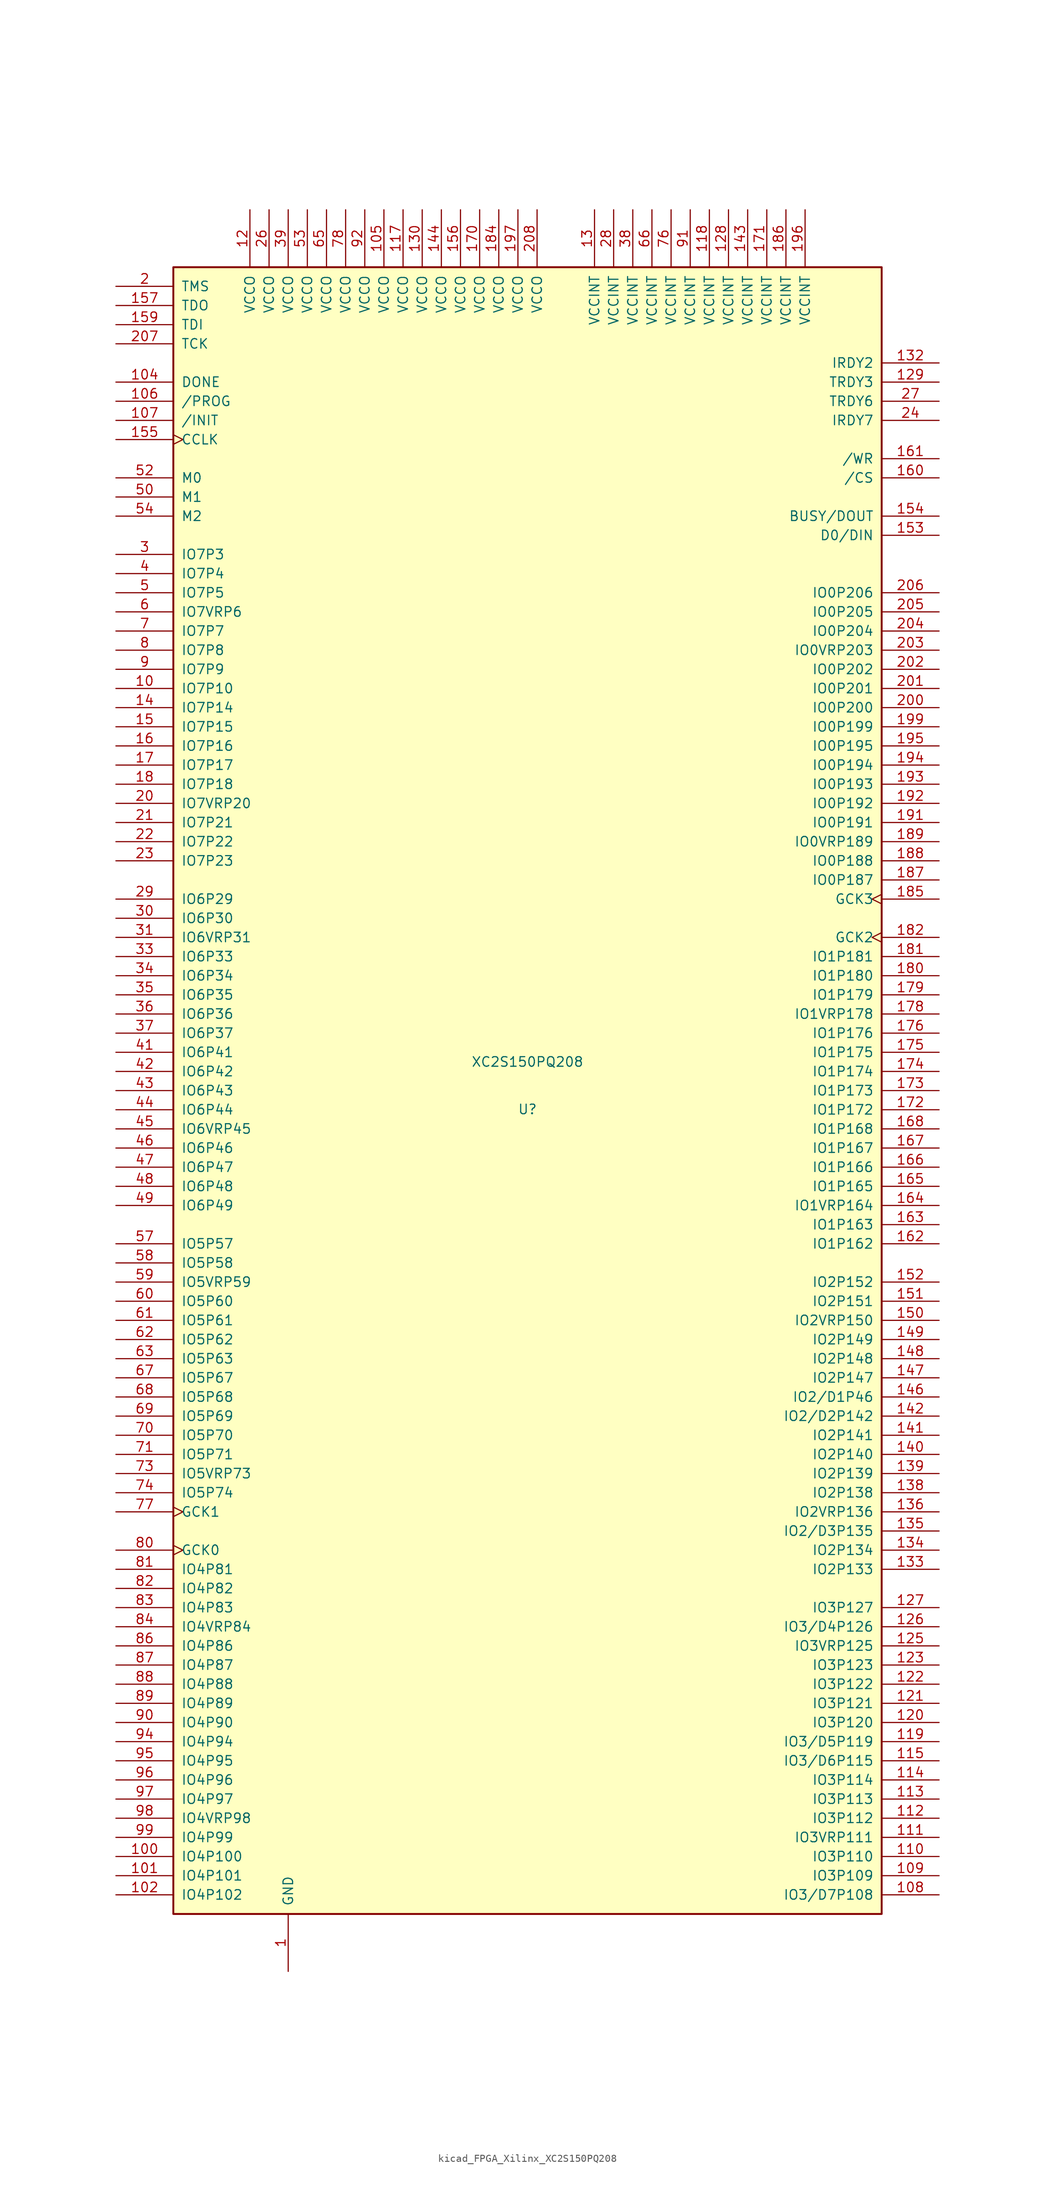
<source format=kicad_sym>
(kicad_symbol_lib
  (version 20220914)
  (generator kicad_symbol_editor)
  (symbol "kicad_FPGA_Xilinx_XC2S150PQ208"
    (pin_names
      (offset 1.016))
    (property "Reference" "U"
      (at 0 -2.489 0)
      (effects (font (size 1.27 1.27))))
    (property "Value" "XC2S150PQ208"
      (at 0 3.81 0)
      (effects (font (size 1.27 1.27))))
    (symbol "kicad_FPGA_Xilinx_XC2S150PQ208_0_1"
      (rectangle (start -46.99 109.22) (end 46.99 -109.22) (stroke (width 0.254) (type default)) (fill (type background))))
    (symbol "kicad_FPGA_Xilinx_XC2S150PQ208_1_1"
      (pin power_in line (at -31.75 -116.84 90) (length 7.62) (name "GND" (effects (font (size 1.27 1.27)))) (number "1" (effects (font (size 1.27 1.27)))))
      (pin bidirectional line (at -54.61 53.34 0) (length 7.62) (name "IO7P10" (effects (font (size 1.27 1.27)))) (number "10" (effects (font (size 1.27 1.27)))))
      (pin bidirectional line (at -54.61 -101.6 0) (length 7.62) (name "IO4P100" (effects (font (size 1.27 1.27)))) (number "100" (effects (font (size 1.27 1.27)))))
      (pin bidirectional line (at -54.61 -104.14 0) (length 7.62) (name "IO4P101" (effects (font (size 1.27 1.27)))) (number "101" (effects (font (size 1.27 1.27)))))
      (pin bidirectional line (at -54.61 -106.68 0) (length 7.62) (name "IO4P102" (effects (font (size 1.27 1.27)))) (number "102" (effects (font (size 1.27 1.27)))))
      (pin passive line (at -31.75 -116.84 90) (length 7.62) hide (name "GND" (effects (font (size 1.27 1.27)))) (number "103" (effects (font (size 1.27 1.27)))))
      (pin bidirectional line (at -54.61 93.98 0) (length 7.62) (name "DONE" (effects (font (size 1.27 1.27)))) (number "104" (effects (font (size 1.27 1.27)))))
      (pin power_in line (at -19.05 116.84 270) (length 7.62) (name "VCCO" (effects (font (size 1.27 1.27)))) (number "105" (effects (font (size 1.27 1.27)))))
      (pin input line (at -54.61 91.44 0) (length 7.62) (name "/PROG" (effects (font (size 1.27 1.27)))) (number "106" (effects (font (size 1.27 1.27)))))
      (pin bidirectional line (at -54.61 88.9 0) (length 7.62) (name "/INIT" (effects (font (size 1.27 1.27)))) (number "107" (effects (font (size 1.27 1.27)))))
      (pin bidirectional line (at 54.61 -106.68 180) (length 7.62) (name "IO3/D7P108" (effects (font (size 1.27 1.27)))) (number "108" (effects (font (size 1.27 1.27)))))
      (pin bidirectional line (at 54.61 -104.14 180) (length 7.62) (name "IO3P109" (effects (font (size 1.27 1.27)))) (number "109" (effects (font (size 1.27 1.27)))))
      (pin passive line (at -31.75 -116.84 90) (length 7.62) hide (name "GND" (effects (font (size 1.27 1.27)))) (number "11" (effects (font (size 1.27 1.27)))))
      (pin bidirectional line (at 54.61 -101.6 180) (length 7.62) (name "IO3P110" (effects (font (size 1.27 1.27)))) (number "110" (effects (font (size 1.27 1.27)))))
      (pin bidirectional line (at 54.61 -99.06 180) (length 7.62) (name "IO3VRP111" (effects (font (size 1.27 1.27)))) (number "111" (effects (font (size 1.27 1.27)))))
      (pin bidirectional line (at 54.61 -96.52 180) (length 7.62) (name "IO3P112" (effects (font (size 1.27 1.27)))) (number "112" (effects (font (size 1.27 1.27)))))
      (pin bidirectional line (at 54.61 -93.98 180) (length 7.62) (name "IO3P113" (effects (font (size 1.27 1.27)))) (number "113" (effects (font (size 1.27 1.27)))))
      (pin bidirectional line (at 54.61 -91.44 180) (length 7.62) (name "IO3P114" (effects (font (size 1.27 1.27)))) (number "114" (effects (font (size 1.27 1.27)))))
      (pin bidirectional line (at 54.61 -88.9 180) (length 7.62) (name "IO3/D6P115" (effects (font (size 1.27 1.27)))) (number "115" (effects (font (size 1.27 1.27)))))
      (pin passive line (at -31.75 -116.84 90) (length 7.62) hide (name "GND" (effects (font (size 1.27 1.27)))) (number "116" (effects (font (size 1.27 1.27)))))
      (pin power_in line (at -16.51 116.84 270) (length 7.62) (name "VCCO" (effects (font (size 1.27 1.27)))) (number "117" (effects (font (size 1.27 1.27)))))
      (pin power_in line (at 24.13 116.84 270) (length 7.62) (name "VCCINT" (effects (font (size 1.27 1.27)))) (number "118" (effects (font (size 1.27 1.27)))))
      (pin bidirectional line (at 54.61 -86.36 180) (length 7.62) (name "IO3/D5P119" (effects (font (size 1.27 1.27)))) (number "119" (effects (font (size 1.27 1.27)))))
      (pin power_in line (at -36.83 116.84 270) (length 7.62) (name "VCCO" (effects (font (size 1.27 1.27)))) (number "12" (effects (font (size 1.27 1.27)))))
      (pin bidirectional line (at 54.61 -83.82 180) (length 7.62) (name "IO3P120" (effects (font (size 1.27 1.27)))) (number "120" (effects (font (size 1.27 1.27)))))
      (pin bidirectional line (at 54.61 -81.28 180) (length 7.62) (name "IO3P121" (effects (font (size 1.27 1.27)))) (number "121" (effects (font (size 1.27 1.27)))))
      (pin bidirectional line (at 54.61 -78.74 180) (length 7.62) (name "IO3P122" (effects (font (size 1.27 1.27)))) (number "122" (effects (font (size 1.27 1.27)))))
      (pin bidirectional line (at 54.61 -76.2 180) (length 7.62) (name "IO3P123" (effects (font (size 1.27 1.27)))) (number "123" (effects (font (size 1.27 1.27)))))
      (pin passive line (at -31.75 -116.84 90) (length 7.62) hide (name "GND" (effects (font (size 1.27 1.27)))) (number "124" (effects (font (size 1.27 1.27)))))
      (pin bidirectional line (at 54.61 -73.66 180) (length 7.62) (name "IO3VRP125" (effects (font (size 1.27 1.27)))) (number "125" (effects (font (size 1.27 1.27)))))
      (pin bidirectional line (at 54.61 -71.12 180) (length 7.62) (name "IO3/D4P126" (effects (font (size 1.27 1.27)))) (number "126" (effects (font (size 1.27 1.27)))))
      (pin bidirectional line (at 54.61 -68.58 180) (length 7.62) (name "IO3P127" (effects (font (size 1.27 1.27)))) (number "127" (effects (font (size 1.27 1.27)))))
      (pin power_in line (at 26.67 116.84 270) (length 7.62) (name "VCCINT" (effects (font (size 1.27 1.27)))) (number "128" (effects (font (size 1.27 1.27)))))
      (pin bidirectional line (at 54.61 93.98 180) (length 7.62) (name "TRDY3" (effects (font (size 1.27 1.27)))) (number "129" (effects (font (size 1.27 1.27)))))
      (pin power_in line (at 8.89 116.84 270) (length 7.62) (name "VCCINT" (effects (font (size 1.27 1.27)))) (number "13" (effects (font (size 1.27 1.27)))))
      (pin power_in line (at -13.97 116.84 270) (length 7.62) (name "VCCO" (effects (font (size 1.27 1.27)))) (number "130" (effects (font (size 1.27 1.27)))))
      (pin passive line (at -31.75 -116.84 90) (length 7.62) hide (name "GND" (effects (font (size 1.27 1.27)))) (number "131" (effects (font (size 1.27 1.27)))))
      (pin bidirectional line (at 54.61 96.52 180) (length 7.62) (name "IRDY2" (effects (font (size 1.27 1.27)))) (number "132" (effects (font (size 1.27 1.27)))))
      (pin bidirectional line (at 54.61 -63.5 180) (length 7.62) (name "IO2P133" (effects (font (size 1.27 1.27)))) (number "133" (effects (font (size 1.27 1.27)))))
      (pin bidirectional line (at 54.61 -60.96 180) (length 7.62) (name "IO2P134" (effects (font (size 1.27 1.27)))) (number "134" (effects (font (size 1.27 1.27)))))
      (pin bidirectional line (at 54.61 -58.42 180) (length 7.62) (name "IO2/D3P135" (effects (font (size 1.27 1.27)))) (number "135" (effects (font (size 1.27 1.27)))))
      (pin bidirectional line (at 54.61 -55.88 180) (length 7.62) (name "IO2VRP136" (effects (font (size 1.27 1.27)))) (number "136" (effects (font (size 1.27 1.27)))))
      (pin passive line (at -31.75 -116.84 90) (length 7.62) hide (name "GND" (effects (font (size 1.27 1.27)))) (number "137" (effects (font (size 1.27 1.27)))))
      (pin bidirectional line (at 54.61 -53.34 180) (length 7.62) (name "IO2P138" (effects (font (size 1.27 1.27)))) (number "138" (effects (font (size 1.27 1.27)))))
      (pin bidirectional line (at 54.61 -50.8 180) (length 7.62) (name "IO2P139" (effects (font (size 1.27 1.27)))) (number "139" (effects (font (size 1.27 1.27)))))
      (pin bidirectional line (at -54.61 50.8 0) (length 7.62) (name "IO7P14" (effects (font (size 1.27 1.27)))) (number "14" (effects (font (size 1.27 1.27)))))
      (pin bidirectional line (at 54.61 -48.26 180) (length 7.62) (name "IO2P140" (effects (font (size 1.27 1.27)))) (number "140" (effects (font (size 1.27 1.27)))))
      (pin bidirectional line (at 54.61 -45.72 180) (length 7.62) (name "IO2P141" (effects (font (size 1.27 1.27)))) (number "141" (effects (font (size 1.27 1.27)))))
      (pin bidirectional line (at 54.61 -43.18 180) (length 7.62) (name "IO2/D2P142" (effects (font (size 1.27 1.27)))) (number "142" (effects (font (size 1.27 1.27)))))
      (pin power_in line (at 29.21 116.84 270) (length 7.62) (name "VCCINT" (effects (font (size 1.27 1.27)))) (number "143" (effects (font (size 1.27 1.27)))))
      (pin power_in line (at -11.43 116.84 270) (length 7.62) (name "VCCO" (effects (font (size 1.27 1.27)))) (number "144" (effects (font (size 1.27 1.27)))))
      (pin passive line (at -31.75 -116.84 90) (length 7.62) hide (name "GND" (effects (font (size 1.27 1.27)))) (number "145" (effects (font (size 1.27 1.27)))))
      (pin bidirectional line (at 54.61 -40.64 180) (length 7.62) (name "IO2/D1P46" (effects (font (size 1.27 1.27)))) (number "146" (effects (font (size 1.27 1.27)))))
      (pin bidirectional line (at 54.61 -38.1 180) (length 7.62) (name "IO2P147" (effects (font (size 1.27 1.27)))) (number "147" (effects (font (size 1.27 1.27)))))
      (pin bidirectional line (at 54.61 -35.56 180) (length 7.62) (name "IO2P148" (effects (font (size 1.27 1.27)))) (number "148" (effects (font (size 1.27 1.27)))))
      (pin bidirectional line (at 54.61 -33.02 180) (length 7.62) (name "IO2P149" (effects (font (size 1.27 1.27)))) (number "149" (effects (font (size 1.27 1.27)))))
      (pin bidirectional line (at -54.61 48.26 0) (length 7.62) (name "IO7P15" (effects (font (size 1.27 1.27)))) (number "15" (effects (font (size 1.27 1.27)))))
      (pin bidirectional line (at 54.61 -30.48 180) (length 7.62) (name "IO2VRP150" (effects (font (size 1.27 1.27)))) (number "150" (effects (font (size 1.27 1.27)))))
      (pin bidirectional line (at 54.61 -27.94 180) (length 7.62) (name "IO2P151" (effects (font (size 1.27 1.27)))) (number "151" (effects (font (size 1.27 1.27)))))
      (pin bidirectional line (at 54.61 -25.4 180) (length 7.62) (name "IO2P152" (effects (font (size 1.27 1.27)))) (number "152" (effects (font (size 1.27 1.27)))))
      (pin bidirectional line (at 54.61 73.66 180) (length 7.62) (name "D0/DIN" (effects (font (size 1.27 1.27)))) (number "153" (effects (font (size 1.27 1.27)))))
      (pin bidirectional line (at 54.61 76.2 180) (length 7.62) (name "BUSY/DOUT" (effects (font (size 1.27 1.27)))) (number "154" (effects (font (size 1.27 1.27)))))
      (pin bidirectional clock (at -54.61 86.36 0) (length 7.62) (name "CCLK" (effects (font (size 1.27 1.27)))) (number "155" (effects (font (size 1.27 1.27)))))
      (pin power_in line (at -8.89 116.84 270) (length 7.62) (name "VCCO" (effects (font (size 1.27 1.27)))) (number "156" (effects (font (size 1.27 1.27)))))
      (pin bidirectional line (at -54.61 104.14 0) (length 7.62) (name "TDO" (effects (font (size 1.27 1.27)))) (number "157" (effects (font (size 1.27 1.27)))))
      (pin passive line (at -31.75 -116.84 90) (length 7.62) hide (name "GND" (effects (font (size 1.27 1.27)))) (number "158" (effects (font (size 1.27 1.27)))))
      (pin bidirectional line (at -54.61 101.6 0) (length 7.62) (name "TDI" (effects (font (size 1.27 1.27)))) (number "159" (effects (font (size 1.27 1.27)))))
      (pin bidirectional line (at -54.61 45.72 0) (length 7.62) (name "IO7P16" (effects (font (size 1.27 1.27)))) (number "16" (effects (font (size 1.27 1.27)))))
      (pin bidirectional line (at 54.61 81.28 180) (length 7.62) (name "/CS" (effects (font (size 1.27 1.27)))) (number "160" (effects (font (size 1.27 1.27)))))
      (pin bidirectional line (at 54.61 83.82 180) (length 7.62) (name "/WR" (effects (font (size 1.27 1.27)))) (number "161" (effects (font (size 1.27 1.27)))))
      (pin bidirectional line (at 54.61 -20.32 180) (length 7.62) (name "IO1P162" (effects (font (size 1.27 1.27)))) (number "162" (effects (font (size 1.27 1.27)))))
      (pin bidirectional line (at 54.61 -17.78 180) (length 7.62) (name "IO1P163" (effects (font (size 1.27 1.27)))) (number "163" (effects (font (size 1.27 1.27)))))
      (pin bidirectional line (at 54.61 -15.24 180) (length 7.62) (name "IO1VRP164" (effects (font (size 1.27 1.27)))) (number "164" (effects (font (size 1.27 1.27)))))
      (pin bidirectional line (at 54.61 -12.7 180) (length 7.62) (name "IO1P165" (effects (font (size 1.27 1.27)))) (number "165" (effects (font (size 1.27 1.27)))))
      (pin bidirectional line (at 54.61 -10.16 180) (length 7.62) (name "IO1P166" (effects (font (size 1.27 1.27)))) (number "166" (effects (font (size 1.27 1.27)))))
      (pin bidirectional line (at 54.61 -7.62 180) (length 7.62) (name "IO1P167" (effects (font (size 1.27 1.27)))) (number "167" (effects (font (size 1.27 1.27)))))
      (pin bidirectional line (at 54.61 -5.08 180) (length 7.62) (name "IO1P168" (effects (font (size 1.27 1.27)))) (number "168" (effects (font (size 1.27 1.27)))))
      (pin passive line (at -31.75 -116.84 90) (length 7.62) hide (name "GND" (effects (font (size 1.27 1.27)))) (number "169" (effects (font (size 1.27 1.27)))))
      (pin bidirectional line (at -54.61 43.18 0) (length 7.62) (name "IO7P17" (effects (font (size 1.27 1.27)))) (number "17" (effects (font (size 1.27 1.27)))))
      (pin power_in line (at -6.35 116.84 270) (length 7.62) (name "VCCO" (effects (font (size 1.27 1.27)))) (number "170" (effects (font (size 1.27 1.27)))))
      (pin power_in line (at 31.75 116.84 270) (length 7.62) (name "VCCINT" (effects (font (size 1.27 1.27)))) (number "171" (effects (font (size 1.27 1.27)))))
      (pin bidirectional line (at 54.61 -2.54 180) (length 7.62) (name "IO1P172" (effects (font (size 1.27 1.27)))) (number "172" (effects (font (size 1.27 1.27)))))
      (pin bidirectional line (at 54.61 0 180) (length 7.62) (name "IO1P173" (effects (font (size 1.27 1.27)))) (number "173" (effects (font (size 1.27 1.27)))))
      (pin bidirectional line (at 54.61 2.54 180) (length 7.62) (name "IO1P174" (effects (font (size 1.27 1.27)))) (number "174" (effects (font (size 1.27 1.27)))))
      (pin bidirectional line (at 54.61 5.08 180) (length 7.62) (name "IO1P175" (effects (font (size 1.27 1.27)))) (number "175" (effects (font (size 1.27 1.27)))))
      (pin bidirectional line (at 54.61 7.62 180) (length 7.62) (name "IO1P176" (effects (font (size 1.27 1.27)))) (number "176" (effects (font (size 1.27 1.27)))))
      (pin passive line (at -31.75 -116.84 90) (length 7.62) hide (name "GND" (effects (font (size 1.27 1.27)))) (number "177" (effects (font (size 1.27 1.27)))))
      (pin bidirectional line (at 54.61 10.16 180) (length 7.62) (name "IO1VRP178" (effects (font (size 1.27 1.27)))) (number "178" (effects (font (size 1.27 1.27)))))
      (pin bidirectional line (at 54.61 12.7 180) (length 7.62) (name "IO1P179" (effects (font (size 1.27 1.27)))) (number "179" (effects (font (size 1.27 1.27)))))
      (pin bidirectional line (at -54.61 40.64 0) (length 7.62) (name "IO7P18" (effects (font (size 1.27 1.27)))) (number "18" (effects (font (size 1.27 1.27)))))
      (pin bidirectional line (at 54.61 15.24 180) (length 7.62) (name "IO1P180" (effects (font (size 1.27 1.27)))) (number "180" (effects (font (size 1.27 1.27)))))
      (pin bidirectional line (at 54.61 17.78 180) (length 7.62) (name "IO1P181" (effects (font (size 1.27 1.27)))) (number "181" (effects (font (size 1.27 1.27)))))
      (pin input clock (at 54.61 20.32 180) (length 7.62) (name "GCK2" (effects (font (size 1.27 1.27)))) (number "182" (effects (font (size 1.27 1.27)))))
      (pin passive line (at -31.75 -116.84 90) (length 7.62) hide (name "GND" (effects (font (size 1.27 1.27)))) (number "183" (effects (font (size 1.27 1.27)))))
      (pin power_in line (at -3.81 116.84 270) (length 7.62) (name "VCCO" (effects (font (size 1.27 1.27)))) (number "184" (effects (font (size 1.27 1.27)))))
      (pin input clock (at 54.61 25.4 180) (length 7.62) (name "GCK3" (effects (font (size 1.27 1.27)))) (number "185" (effects (font (size 1.27 1.27)))))
      (pin power_in line (at 34.29 116.84 270) (length 7.62) (name "VCCINT" (effects (font (size 1.27 1.27)))) (number "186" (effects (font (size 1.27 1.27)))))
      (pin bidirectional line (at 54.61 27.94 180) (length 7.62) (name "IO0P187" (effects (font (size 1.27 1.27)))) (number "187" (effects (font (size 1.27 1.27)))))
      (pin bidirectional line (at 54.61 30.48 180) (length 7.62) (name "IO0P188" (effects (font (size 1.27 1.27)))) (number "188" (effects (font (size 1.27 1.27)))))
      (pin bidirectional line (at 54.61 33.02 180) (length 7.62) (name "IO0VRP189" (effects (font (size 1.27 1.27)))) (number "189" (effects (font (size 1.27 1.27)))))
      (pin passive line (at -31.75 -116.84 90) (length 7.62) hide (name "GND" (effects (font (size 1.27 1.27)))) (number "19" (effects (font (size 1.27 1.27)))))
      (pin passive line (at -31.75 -116.84 90) (length 7.62) hide (name "GND" (effects (font (size 1.27 1.27)))) (number "190" (effects (font (size 1.27 1.27)))))
      (pin bidirectional line (at 54.61 35.56 180) (length 7.62) (name "IO0P191" (effects (font (size 1.27 1.27)))) (number "191" (effects (font (size 1.27 1.27)))))
      (pin bidirectional line (at 54.61 38.1 180) (length 7.62) (name "IO0P192" (effects (font (size 1.27 1.27)))) (number "192" (effects (font (size 1.27 1.27)))))
      (pin bidirectional line (at 54.61 40.64 180) (length 7.62) (name "IO0P193" (effects (font (size 1.27 1.27)))) (number "193" (effects (font (size 1.27 1.27)))))
      (pin bidirectional line (at 54.61 43.18 180) (length 7.62) (name "IO0P194" (effects (font (size 1.27 1.27)))) (number "194" (effects (font (size 1.27 1.27)))))
      (pin bidirectional line (at 54.61 45.72 180) (length 7.62) (name "IO0P195" (effects (font (size 1.27 1.27)))) (number "195" (effects (font (size 1.27 1.27)))))
      (pin power_in line (at 36.83 116.84 270) (length 7.62) (name "VCCINT" (effects (font (size 1.27 1.27)))) (number "196" (effects (font (size 1.27 1.27)))))
      (pin power_in line (at -1.27 116.84 270) (length 7.62) (name "VCCO" (effects (font (size 1.27 1.27)))) (number "197" (effects (font (size 1.27 1.27)))))
      (pin passive line (at -31.75 -116.84 90) (length 7.62) hide (name "GND" (effects (font (size 1.27 1.27)))) (number "198" (effects (font (size 1.27 1.27)))))
      (pin bidirectional line (at 54.61 48.26 180) (length 7.62) (name "IO0P199" (effects (font (size 1.27 1.27)))) (number "199" (effects (font (size 1.27 1.27)))))
      (pin bidirectional line (at -54.61 106.68 0) (length 7.62) (name "TMS" (effects (font (size 1.27 1.27)))) (number "2" (effects (font (size 1.27 1.27)))))
      (pin bidirectional line (at -54.61 38.1 0) (length 7.62) (name "IO7VRP20" (effects (font (size 1.27 1.27)))) (number "20" (effects (font (size 1.27 1.27)))))
      (pin bidirectional line (at 54.61 50.8 180) (length 7.62) (name "IO0P200" (effects (font (size 1.27 1.27)))) (number "200" (effects (font (size 1.27 1.27)))))
      (pin bidirectional line (at 54.61 53.34 180) (length 7.62) (name "IO0P201" (effects (font (size 1.27 1.27)))) (number "201" (effects (font (size 1.27 1.27)))))
      (pin bidirectional line (at 54.61 55.88 180) (length 7.62) (name "IO0P202" (effects (font (size 1.27 1.27)))) (number "202" (effects (font (size 1.27 1.27)))))
      (pin bidirectional line (at 54.61 58.42 180) (length 7.62) (name "IO0VRP203" (effects (font (size 1.27 1.27)))) (number "203" (effects (font (size 1.27 1.27)))))
      (pin bidirectional line (at 54.61 60.96 180) (length 7.62) (name "IO0P204" (effects (font (size 1.27 1.27)))) (number "204" (effects (font (size 1.27 1.27)))))
      (pin bidirectional line (at 54.61 63.5 180) (length 7.62) (name "IO0P205" (effects (font (size 1.27 1.27)))) (number "205" (effects (font (size 1.27 1.27)))))
      (pin bidirectional line (at 54.61 66.04 180) (length 7.62) (name "IO0P206" (effects (font (size 1.27 1.27)))) (number "206" (effects (font (size 1.27 1.27)))))
      (pin bidirectional line (at -54.61 99.06 0) (length 7.62) (name "TCK" (effects (font (size 1.27 1.27)))) (number "207" (effects (font (size 1.27 1.27)))))
      (pin power_in line (at 1.27 116.84 270) (length 7.62) (name "VCCO" (effects (font (size 1.27 1.27)))) (number "208" (effects (font (size 1.27 1.27)))))
      (pin bidirectional line (at -54.61 35.56 0) (length 7.62) (name "IO7P21" (effects (font (size 1.27 1.27)))) (number "21" (effects (font (size 1.27 1.27)))))
      (pin bidirectional line (at -54.61 33.02 0) (length 7.62) (name "IO7P22" (effects (font (size 1.27 1.27)))) (number "22" (effects (font (size 1.27 1.27)))))
      (pin bidirectional line (at -54.61 30.48 0) (length 7.62) (name "IO7P23" (effects (font (size 1.27 1.27)))) (number "23" (effects (font (size 1.27 1.27)))))
      (pin bidirectional line (at 54.61 88.9 180) (length 7.62) (name "IRDY7" (effects (font (size 1.27 1.27)))) (number "24" (effects (font (size 1.27 1.27)))))
      (pin passive line (at -31.75 -116.84 90) (length 7.62) hide (name "GND" (effects (font (size 1.27 1.27)))) (number "25" (effects (font (size 1.27 1.27)))))
      (pin power_in line (at -34.29 116.84 270) (length 7.62) (name "VCCO" (effects (font (size 1.27 1.27)))) (number "26" (effects (font (size 1.27 1.27)))))
      (pin bidirectional line (at 54.61 91.44 180) (length 7.62) (name "TRDY6" (effects (font (size 1.27 1.27)))) (number "27" (effects (font (size 1.27 1.27)))))
      (pin power_in line (at 11.43 116.84 270) (length 7.62) (name "VCCINT" (effects (font (size 1.27 1.27)))) (number "28" (effects (font (size 1.27 1.27)))))
      (pin bidirectional line (at -54.61 25.4 0) (length 7.62) (name "IO6P29" (effects (font (size 1.27 1.27)))) (number "29" (effects (font (size 1.27 1.27)))))
      (pin bidirectional line (at -54.61 71.12 0) (length 7.62) (name "IO7P3" (effects (font (size 1.27 1.27)))) (number "3" (effects (font (size 1.27 1.27)))))
      (pin bidirectional line (at -54.61 22.86 0) (length 7.62) (name "IO6P30" (effects (font (size 1.27 1.27)))) (number "30" (effects (font (size 1.27 1.27)))))
      (pin bidirectional line (at -54.61 20.32 0) (length 7.62) (name "IO6VRP31" (effects (font (size 1.27 1.27)))) (number "31" (effects (font (size 1.27 1.27)))))
      (pin passive line (at -31.75 -116.84 90) (length 7.62) hide (name "GND" (effects (font (size 1.27 1.27)))) (number "32" (effects (font (size 1.27 1.27)))))
      (pin bidirectional line (at -54.61 17.78 0) (length 7.62) (name "IO6P33" (effects (font (size 1.27 1.27)))) (number "33" (effects (font (size 1.27 1.27)))))
      (pin bidirectional line (at -54.61 15.24 0) (length 7.62) (name "IO6P34" (effects (font (size 1.27 1.27)))) (number "34" (effects (font (size 1.27 1.27)))))
      (pin bidirectional line (at -54.61 12.7 0) (length 7.62) (name "IO6P35" (effects (font (size 1.27 1.27)))) (number "35" (effects (font (size 1.27 1.27)))))
      (pin bidirectional line (at -54.61 10.16 0) (length 7.62) (name "IO6P36" (effects (font (size 1.27 1.27)))) (number "36" (effects (font (size 1.27 1.27)))))
      (pin bidirectional line (at -54.61 7.62 0) (length 7.62) (name "IO6P37" (effects (font (size 1.27 1.27)))) (number "37" (effects (font (size 1.27 1.27)))))
      (pin power_in line (at 13.97 116.84 270) (length 7.62) (name "VCCINT" (effects (font (size 1.27 1.27)))) (number "38" (effects (font (size 1.27 1.27)))))
      (pin power_in line (at -31.75 116.84 270) (length 7.62) (name "VCCO" (effects (font (size 1.27 1.27)))) (number "39" (effects (font (size 1.27 1.27)))))
      (pin bidirectional line (at -54.61 68.58 0) (length 7.62) (name "IO7P4" (effects (font (size 1.27 1.27)))) (number "4" (effects (font (size 1.27 1.27)))))
      (pin passive line (at -31.75 -116.84 90) (length 7.62) hide (name "GND" (effects (font (size 1.27 1.27)))) (number "40" (effects (font (size 1.27 1.27)))))
      (pin bidirectional line (at -54.61 5.08 0) (length 7.62) (name "IO6P41" (effects (font (size 1.27 1.27)))) (number "41" (effects (font (size 1.27 1.27)))))
      (pin bidirectional line (at -54.61 2.54 0) (length 7.62) (name "IO6P42" (effects (font (size 1.27 1.27)))) (number "42" (effects (font (size 1.27 1.27)))))
      (pin bidirectional line (at -54.61 0 0) (length 7.62) (name "IO6P43" (effects (font (size 1.27 1.27)))) (number "43" (effects (font (size 1.27 1.27)))))
      (pin bidirectional line (at -54.61 -2.54 0) (length 7.62) (name "IO6P44" (effects (font (size 1.27 1.27)))) (number "44" (effects (font (size 1.27 1.27)))))
      (pin bidirectional line (at -54.61 -5.08 0) (length 7.62) (name "IO6VRP45" (effects (font (size 1.27 1.27)))) (number "45" (effects (font (size 1.27 1.27)))))
      (pin bidirectional line (at -54.61 -7.62 0) (length 7.62) (name "IO6P46" (effects (font (size 1.27 1.27)))) (number "46" (effects (font (size 1.27 1.27)))))
      (pin bidirectional line (at -54.61 -10.16 0) (length 7.62) (name "IO6P47" (effects (font (size 1.27 1.27)))) (number "47" (effects (font (size 1.27 1.27)))))
      (pin bidirectional line (at -54.61 -12.7 0) (length 7.62) (name "IO6P48" (effects (font (size 1.27 1.27)))) (number "48" (effects (font (size 1.27 1.27)))))
      (pin bidirectional line (at -54.61 -15.24 0) (length 7.62) (name "IO6P49" (effects (font (size 1.27 1.27)))) (number "49" (effects (font (size 1.27 1.27)))))
      (pin bidirectional line (at -54.61 66.04 0) (length 7.62) (name "IO7P5" (effects (font (size 1.27 1.27)))) (number "5" (effects (font (size 1.27 1.27)))))
      (pin input line (at -54.61 78.74 0) (length 7.62) (name "M1" (effects (font (size 1.27 1.27)))) (number "50" (effects (font (size 1.27 1.27)))))
      (pin passive line (at -31.75 -116.84 90) (length 7.62) hide (name "GND" (effects (font (size 1.27 1.27)))) (number "51" (effects (font (size 1.27 1.27)))))
      (pin input line (at -54.61 81.28 0) (length 7.62) (name "M0" (effects (font (size 1.27 1.27)))) (number "52" (effects (font (size 1.27 1.27)))))
      (pin power_in line (at -29.21 116.84 270) (length 7.62) (name "VCCO" (effects (font (size 1.27 1.27)))) (number "53" (effects (font (size 1.27 1.27)))))
      (pin input line (at -54.61 76.2 0) (length 7.62) (name "M2" (effects (font (size 1.27 1.27)))) (number "54" (effects (font (size 1.27 1.27)))))
      (pin bidirectional line (at -54.61 -20.32 0) (length 7.62) (name "IO5P57" (effects (font (size 1.27 1.27)))) (number "57" (effects (font (size 1.27 1.27)))))
      (pin bidirectional line (at -54.61 -22.86 0) (length 7.62) (name "IO5P58" (effects (font (size 1.27 1.27)))) (number "58" (effects (font (size 1.27 1.27)))))
      (pin bidirectional line (at -54.61 -25.4 0) (length 7.62) (name "IO5VRP59" (effects (font (size 1.27 1.27)))) (number "59" (effects (font (size 1.27 1.27)))))
      (pin bidirectional line (at -54.61 63.5 0) (length 7.62) (name "IO7VRP6" (effects (font (size 1.27 1.27)))) (number "6" (effects (font (size 1.27 1.27)))))
      (pin bidirectional line (at -54.61 -27.94 0) (length 7.62) (name "IO5P60" (effects (font (size 1.27 1.27)))) (number "60" (effects (font (size 1.27 1.27)))))
      (pin bidirectional line (at -54.61 -30.48 0) (length 7.62) (name "IO5P61" (effects (font (size 1.27 1.27)))) (number "61" (effects (font (size 1.27 1.27)))))
      (pin bidirectional line (at -54.61 -33.02 0) (length 7.62) (name "IO5P62" (effects (font (size 1.27 1.27)))) (number "62" (effects (font (size 1.27 1.27)))))
      (pin bidirectional line (at -54.61 -35.56 0) (length 7.62) (name "IO5P63" (effects (font (size 1.27 1.27)))) (number "63" (effects (font (size 1.27 1.27)))))
      (pin passive line (at -31.75 -116.84 90) (length 7.62) hide (name "GND" (effects (font (size 1.27 1.27)))) (number "64" (effects (font (size 1.27 1.27)))))
      (pin power_in line (at -26.67 116.84 270) (length 7.62) (name "VCCO" (effects (font (size 1.27 1.27)))) (number "65" (effects (font (size 1.27 1.27)))))
      (pin power_in line (at 16.51 116.84 270) (length 7.62) (name "VCCINT" (effects (font (size 1.27 1.27)))) (number "66" (effects (font (size 1.27 1.27)))))
      (pin bidirectional line (at -54.61 -38.1 0) (length 7.62) (name "IO5P67" (effects (font (size 1.27 1.27)))) (number "67" (effects (font (size 1.27 1.27)))))
      (pin bidirectional line (at -54.61 -40.64 0) (length 7.62) (name "IO5P68" (effects (font (size 1.27 1.27)))) (number "68" (effects (font (size 1.27 1.27)))))
      (pin bidirectional line (at -54.61 -43.18 0) (length 7.62) (name "IO5P69" (effects (font (size 1.27 1.27)))) (number "69" (effects (font (size 1.27 1.27)))))
      (pin bidirectional line (at -54.61 60.96 0) (length 7.62) (name "IO7P7" (effects (font (size 1.27 1.27)))) (number "7" (effects (font (size 1.27 1.27)))))
      (pin bidirectional line (at -54.61 -45.72 0) (length 7.62) (name "IO5P70" (effects (font (size 1.27 1.27)))) (number "70" (effects (font (size 1.27 1.27)))))
      (pin bidirectional line (at -54.61 -48.26 0) (length 7.62) (name "IO5P71" (effects (font (size 1.27 1.27)))) (number "71" (effects (font (size 1.27 1.27)))))
      (pin passive line (at -31.75 -116.84 90) (length 7.62) hide (name "GND" (effects (font (size 1.27 1.27)))) (number "72" (effects (font (size 1.27 1.27)))))
      (pin bidirectional line (at -54.61 -50.8 0) (length 7.62) (name "IO5VRP73" (effects (font (size 1.27 1.27)))) (number "73" (effects (font (size 1.27 1.27)))))
      (pin bidirectional line (at -54.61 -53.34 0) (length 7.62) (name "IO5P74" (effects (font (size 1.27 1.27)))) (number "74" (effects (font (size 1.27 1.27)))))
      (pin power_in line (at 19.05 116.84 270) (length 7.62) (name "VCCINT" (effects (font (size 1.27 1.27)))) (number "76" (effects (font (size 1.27 1.27)))))
      (pin input clock (at -54.61 -55.88 0) (length 7.62) (name "GCK1" (effects (font (size 1.27 1.27)))) (number "77" (effects (font (size 1.27 1.27)))))
      (pin power_in line (at -24.13 116.84 270) (length 7.62) (name "VCCO" (effects (font (size 1.27 1.27)))) (number "78" (effects (font (size 1.27 1.27)))))
      (pin passive line (at -31.75 -116.84 90) (length 7.62) hide (name "GND" (effects (font (size 1.27 1.27)))) (number "79" (effects (font (size 1.27 1.27)))))
      (pin bidirectional line (at -54.61 58.42 0) (length 7.62) (name "IO7P8" (effects (font (size 1.27 1.27)))) (number "8" (effects (font (size 1.27 1.27)))))
      (pin input clock (at -54.61 -60.96 0) (length 7.62) (name "GCK0" (effects (font (size 1.27 1.27)))) (number "80" (effects (font (size 1.27 1.27)))))
      (pin bidirectional line (at -54.61 -63.5 0) (length 7.62) (name "IO4P81" (effects (font (size 1.27 1.27)))) (number "81" (effects (font (size 1.27 1.27)))))
      (pin bidirectional line (at -54.61 -66.04 0) (length 7.62) (name "IO4P82" (effects (font (size 1.27 1.27)))) (number "82" (effects (font (size 1.27 1.27)))))
      (pin bidirectional line (at -54.61 -68.58 0) (length 7.62) (name "IO4P83" (effects (font (size 1.27 1.27)))) (number "83" (effects (font (size 1.27 1.27)))))
      (pin bidirectional line (at -54.61 -71.12 0) (length 7.62) (name "IO4VRP84" (effects (font (size 1.27 1.27)))) (number "84" (effects (font (size 1.27 1.27)))))
      (pin passive line (at -31.75 -116.84 90) (length 7.62) hide (name "GND" (effects (font (size 1.27 1.27)))) (number "85" (effects (font (size 1.27 1.27)))))
      (pin bidirectional line (at -54.61 -73.66 0) (length 7.62) (name "IO4P86" (effects (font (size 1.27 1.27)))) (number "86" (effects (font (size 1.27 1.27)))))
      (pin bidirectional line (at -54.61 -76.2 0) (length 7.62) (name "IO4P87" (effects (font (size 1.27 1.27)))) (number "87" (effects (font (size 1.27 1.27)))))
      (pin bidirectional line (at -54.61 -78.74 0) (length 7.62) (name "IO4P88" (effects (font (size 1.27 1.27)))) (number "88" (effects (font (size 1.27 1.27)))))
      (pin bidirectional line (at -54.61 -81.28 0) (length 7.62) (name "IO4P89" (effects (font (size 1.27 1.27)))) (number "89" (effects (font (size 1.27 1.27)))))
      (pin bidirectional line (at -54.61 55.88 0) (length 7.62) (name "IO7P9" (effects (font (size 1.27 1.27)))) (number "9" (effects (font (size 1.27 1.27)))))
      (pin bidirectional line (at -54.61 -83.82 0) (length 7.62) (name "IO4P90" (effects (font (size 1.27 1.27)))) (number "90" (effects (font (size 1.27 1.27)))))
      (pin power_in line (at 21.59 116.84 270) (length 7.62) (name "VCCINT" (effects (font (size 1.27 1.27)))) (number "91" (effects (font (size 1.27 1.27)))))
      (pin power_in line (at -21.59 116.84 270) (length 7.62) (name "VCCO" (effects (font (size 1.27 1.27)))) (number "92" (effects (font (size 1.27 1.27)))))
      (pin passive line (at -31.75 -116.84 90) (length 7.62) hide (name "GND" (effects (font (size 1.27 1.27)))) (number "93" (effects (font (size 1.27 1.27)))))
      (pin bidirectional line (at -54.61 -86.36 0) (length 7.62) (name "IO4P94" (effects (font (size 1.27 1.27)))) (number "94" (effects (font (size 1.27 1.27)))))
      (pin bidirectional line (at -54.61 -88.9 0) (length 7.62) (name "IO4P95" (effects (font (size 1.27 1.27)))) (number "95" (effects (font (size 1.27 1.27)))))
      (pin bidirectional line (at -54.61 -91.44 0) (length 7.62) (name "IO4P96" (effects (font (size 1.27 1.27)))) (number "96" (effects (font (size 1.27 1.27)))))
      (pin bidirectional line (at -54.61 -93.98 0) (length 7.62) (name "IO4P97" (effects (font (size 1.27 1.27)))) (number "97" (effects (font (size 1.27 1.27)))))
      (pin bidirectional line (at -54.61 -96.52 0) (length 7.62) (name "IO4VRP98" (effects (font (size 1.27 1.27)))) (number "98" (effects (font (size 1.27 1.27)))))
      (pin bidirectional line (at -54.61 -99.06 0) (length 7.62) (name "IO4P99" (effects (font (size 1.27 1.27)))) (number "99" (effects (font (size 1.27 1.27))))))))
</source>
